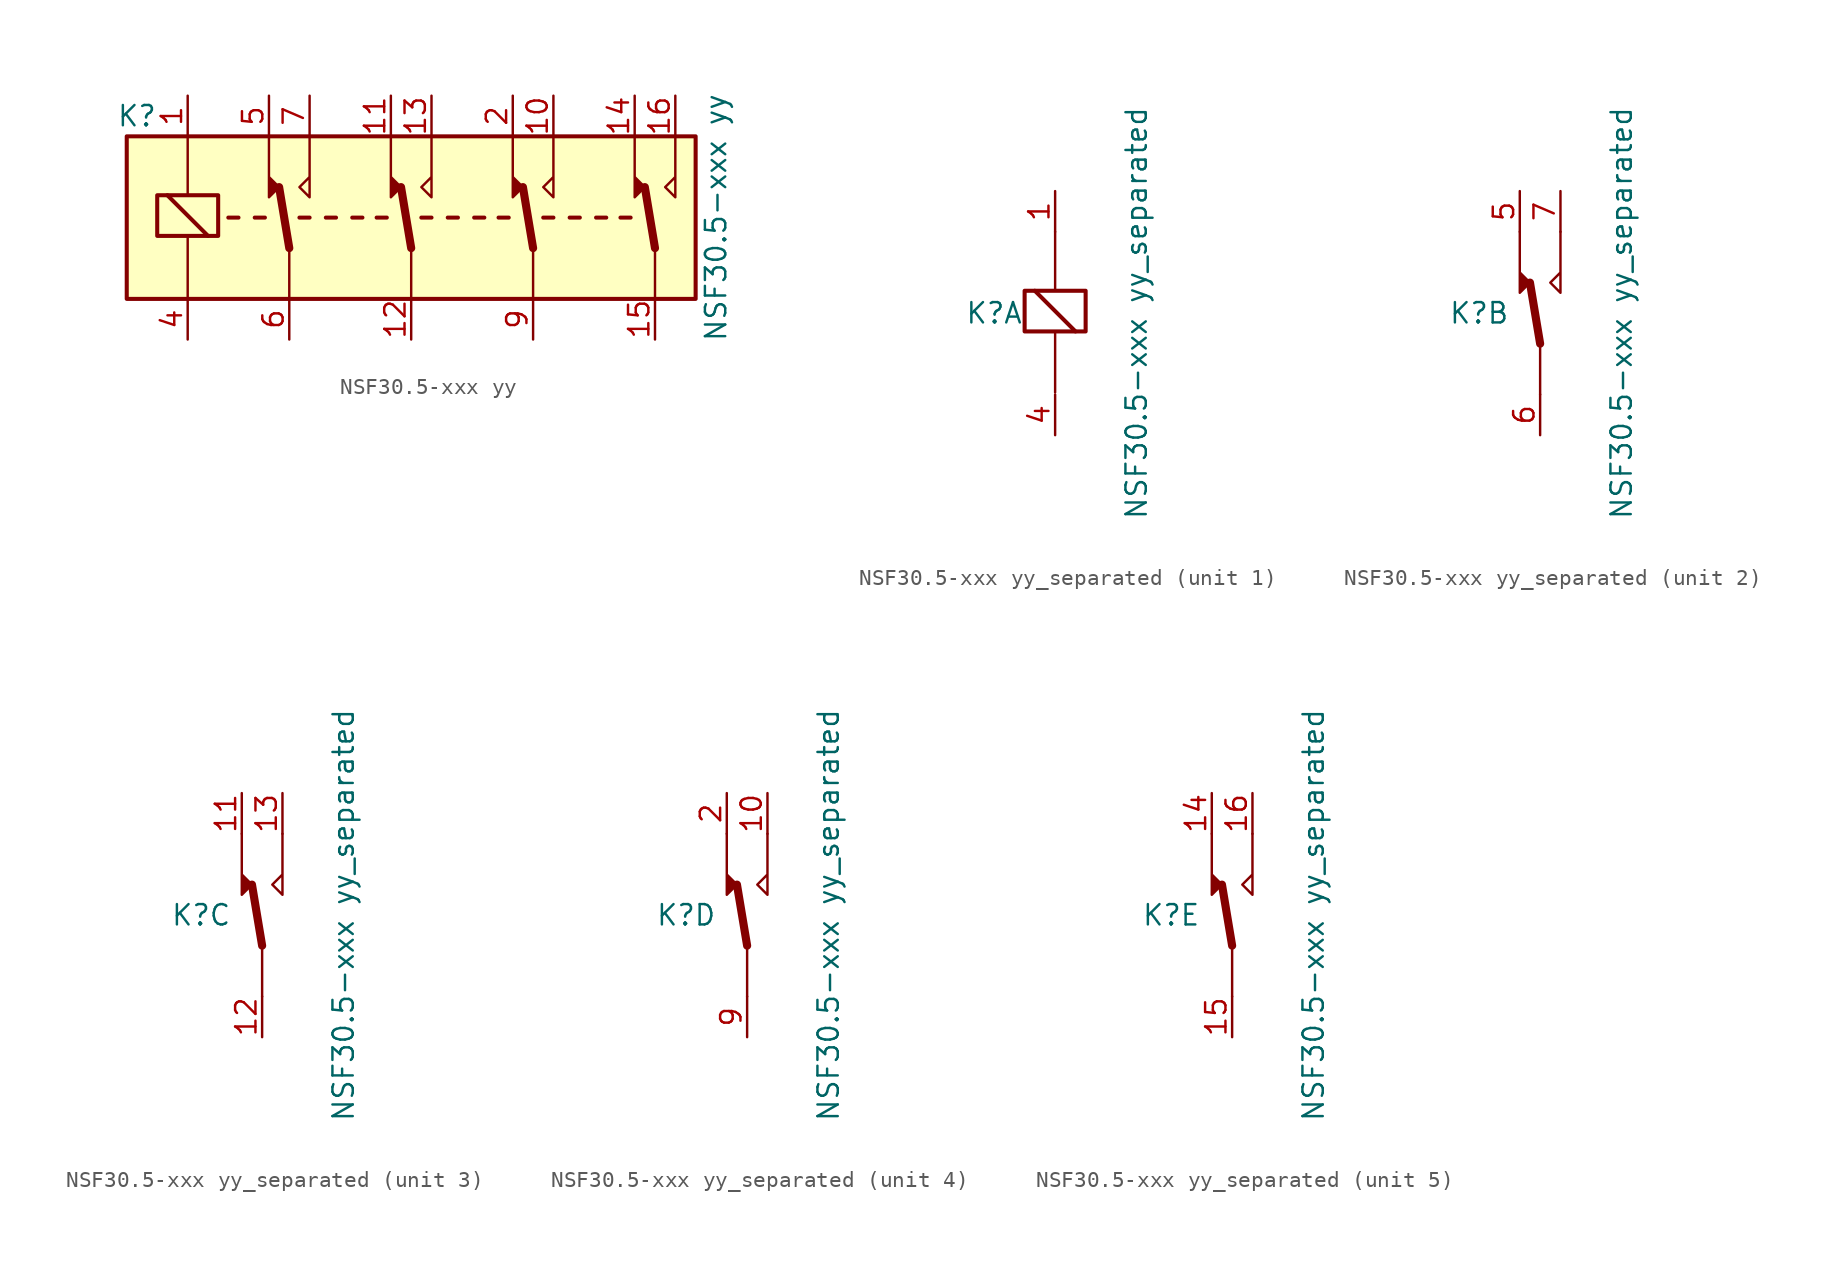
<source format=kicad_sym>
(kicad_symbol_lib
  (version 20211014)
  (generator kicad_symbol_editor)
  (symbol "NSF30.5-xxx yy"
    (property "Reference" "K"
      (at -17.145 6.35 0)
      (effects (font (size 1.27 1.27))))
    (property "Value" "NSF30.5-xxx yy"
      (at 19.05 0 90)
      (effects (font (size 1.27 1.27))))
    (symbol "NSF30.5-xxx yy_1_1"
      (rectangle (start -17.78 5.08) (end 17.78 -5.08) (stroke (width 0.254) (type default) (color 0 0 0 0)) (fill (type background)))
      (rectangle (start -15.875 -1.143) (end -12.065 1.397) (stroke (width 0.254) (type default) (color 0 0 0 0)) (fill (type none)))
      (polyline (pts (xy -13.97 -1.27) (xy -13.97 -4.953)) (stroke (width 0) (type default) (color 0 0 0 0)) (fill (type none)))
      (polyline (pts (xy -13.97 5.08) (xy -13.97 1.397)) (stroke (width 0) (type default) (color 0 0 0 0)) (fill (type none)))
      (polyline (pts (xy -12.7 -1.143) (xy -15.24 1.397)) (stroke (width 0.254) (type default) (color 0 0 0 0)) (fill (type none)))
      (polyline (pts (xy -10.795 0) (xy -11.43 0)) (stroke (width 0.254) (type default) (color 0 0 0 0)) (fill (type none)))
      (polyline (pts (xy -9.144 0) (xy -9.779 0)) (stroke (width 0.254) (type default) (color 0 0 0 0)) (fill (type none)))
      (polyline (pts (xy -7.62 -1.905) (xy -8.255 1.905)) (stroke (width 0.508) (type default) (color 0 0 0 0)) (fill (type none)))
      (polyline (pts (xy -7.62 -1.905) (xy -7.62 -5.08)) (stroke (width 0) (type default) (color 0 0 0 0)) (fill (type none)))
      (polyline (pts (xy -6.35 0) (xy -6.985 0)) (stroke (width 0.254) (type default) (color 0 0 0 0)) (fill (type none)))
      (polyline (pts (xy -4.699 0) (xy -5.334 0)) (stroke (width 0.254) (type default) (color 0 0 0 0)) (fill (type none)))
      (polyline (pts (xy -3.048 0) (xy -3.683 0)) (stroke (width 0.254) (type default) (color 0 0 0 0)) (fill (type none)))
      (polyline (pts (xy -1.524 0) (xy -2.159 0)) (stroke (width 0.254) (type default) (color 0 0 0 0)) (fill (type none)))
      (polyline (pts (xy 0 -1.905) (xy -0.635 1.905)) (stroke (width 0.508) (type default) (color 0 0 0 0)) (fill (type none)))
      (polyline (pts (xy 0 -1.905) (xy 0 -5.08)) (stroke (width 0) (type default) (color 0 0 0 0)) (fill (type none)))
      (polyline (pts (xy 1.27 0) (xy 0.635 0)) (stroke (width 0.254) (type default) (color 0 0 0 0)) (fill (type none)))
      (polyline (pts (xy 2.921 0) (xy 2.286 0)) (stroke (width 0.254) (type default) (color 0 0 0 0)) (fill (type none)))
      (polyline (pts (xy 4.572 0) (xy 3.937 0)) (stroke (width 0.254) (type default) (color 0 0 0 0)) (fill (type none)))
      (polyline (pts (xy 6.096 0) (xy 5.461 0)) (stroke (width 0.254) (type default) (color 0 0 0 0)) (fill (type none)))
      (polyline (pts (xy 7.62 -1.905) (xy 6.985 1.905)) (stroke (width 0.508) (type default) (color 0 0 0 0)) (fill (type none)))
      (polyline (pts (xy 7.62 -1.905) (xy 7.62 -5.08)) (stroke (width 0) (type default) (color 0 0 0 0)) (fill (type none)))
      (polyline (pts (xy 8.89 0) (xy 8.255 0)) (stroke (width 0.254) (type default) (color 0 0 0 0)) (fill (type none)))
      (polyline (pts (xy 10.541 0) (xy 9.906 0)) (stroke (width 0.254) (type default) (color 0 0 0 0)) (fill (type none)))
      (polyline (pts (xy 12.192 0) (xy 11.557 0)) (stroke (width 0.254) (type default) (color 0 0 0 0)) (fill (type none)))
      (polyline (pts (xy 13.716 0) (xy 13.081 0)) (stroke (width 0.254) (type default) (color 0 0 0 0)) (fill (type none)))
      (polyline (pts (xy 15.24 -1.905) (xy 14.605 1.905)) (stroke (width 0.508) (type default) (color 0 0 0 0)) (fill (type none)))
      (polyline (pts (xy 15.24 -1.905) (xy 15.24 -5.08)) (stroke (width 0) (type default) (color 0 0 0 0)) (fill (type none)))
      (polyline (pts (xy -8.89 5.08) (xy -8.89 1.27) (xy -8.255 1.905) (xy -8.89 2.54)) (stroke (width 0) (type default) (color 0 0 0 0)) (fill (type outline)))
      (polyline (pts (xy -6.35 5.08) (xy -6.35 1.27) (xy -6.985 1.905) (xy -6.35 2.54)) (stroke (width 0) (type default) (color 0 0 0 0)) (fill (type none)))
      (polyline (pts (xy -1.27 5.08) (xy -1.27 1.27) (xy -0.635 1.905) (xy -1.27 2.54)) (stroke (width 0) (type default) (color 0 0 0 0)) (fill (type outline)))
      (polyline (pts (xy 1.27 5.08) (xy 1.27 1.27) (xy 0.635 1.905) (xy 1.27 2.54)) (stroke (width 0) (type default) (color 0 0 0 0)) (fill (type none)))
      (polyline (pts (xy 6.35 5.08) (xy 6.35 1.27) (xy 6.985 1.905) (xy 6.35 2.54)) (stroke (width 0) (type default) (color 0 0 0 0)) (fill (type outline)))
      (polyline (pts (xy 8.89 5.08) (xy 8.89 1.27) (xy 8.255 1.905) (xy 8.89 2.54)) (stroke (width 0) (type default) (color 0 0 0 0)) (fill (type none)))
      (polyline (pts (xy 13.97 5.08) (xy 13.97 1.27) (xy 14.605 1.905) (xy 13.97 2.54)) (stroke (width 0) (type default) (color 0 0 0 0)) (fill (type outline)))
      (polyline (pts (xy 16.51 5.08) (xy 16.51 1.27) (xy 15.875 1.905) (xy 16.51 2.54)) (stroke (width 0) (type default) (color 0 0 0 0)) (fill (type none)))
      (pin passive line (at -13.97 7.62 270) (length 2.54) (name "~" (effects (font (size 1.27 1.27)))) (number "1" (effects (font (size 1.27 1.27)))))
      (pin passive line (at 8.89 7.62 270) (length 2.54) (name "~" (effects (font (size 1.27 1.27)))) (number "10" (effects (font (size 1.27 1.27)))))
      (pin passive line (at -1.27 7.62 270) (length 2.54) (name "~" (effects (font (size 1.27 1.27)))) (number "11" (effects (font (size 1.27 1.27)))))
      (pin passive line (at 0 -7.62 90) (length 2.54) (name "~" (effects (font (size 1.27 1.27)))) (number "12" (effects (font (size 1.27 1.27)))))
      (pin passive line (at 1.27 7.62 270) (length 2.54) (name "~" (effects (font (size 1.27 1.27)))) (number "13" (effects (font (size 1.27 1.27)))))
      (pin passive line (at 13.97 7.62 270) (length 2.54) (name "~" (effects (font (size 1.27 1.27)))) (number "14" (effects (font (size 1.27 1.27)))))
      (pin passive line (at 15.24 -7.62 90) (length 2.54) (name "~" (effects (font (size 1.27 1.27)))) (number "15" (effects (font (size 1.27 1.27)))))
      (pin passive line (at 16.51 7.62 270) (length 2.54) (name "~" (effects (font (size 1.27 1.27)))) (number "16" (effects (font (size 1.27 1.27)))))
      (pin passive line (at 6.35 7.62 270) (length 2.54) (name "~" (effects (font (size 1.27 1.27)))) (number "2" (effects (font (size 1.27 1.27)))))
      (pin passive line (at -13.97 -7.62 90) (length 2.54) (name "~" (effects (font (size 1.27 1.27)))) (number "4" (effects (font (size 1.27 1.27)))))
      (pin passive line (at -8.89 7.62 270) (length 2.54) (name "~" (effects (font (size 1.27 1.27)))) (number "5" (effects (font (size 1.27 1.27)))))
      (pin passive line (at -7.62 -7.62 90) (length 2.54) (name "~" (effects (font (size 1.27 1.27)))) (number "6" (effects (font (size 1.27 1.27)))))
      (pin passive line (at -6.35 7.62 270) (length 2.54) (name "~" (effects (font (size 1.27 1.27)))) (number "7" (effects (font (size 1.27 1.27)))))
      (pin passive line (at 7.62 -7.62 90) (length 2.54) (name "~" (effects (font (size 1.27 1.27)))) (number "9" (effects (font (size 1.27 1.27)))))))
  (symbol "NSF30.5-xxx yy_separated"
    (property "Reference" "K"
      (at -3.81 0 0)
      (effects (font (size 1.27 1.27))))
    (property "Value" "NSF30.5-xxx yy_separated"
      (at 5.08 0 90)
      (effects (font (size 1.27 1.27))))
    (property "ki_locked" ""
      (at 0 0 0)
      (effects (font (size 1.27 1.27))))
    (symbol "NSF30.5-xxx yy_separated_1_1"
      (rectangle (start -1.905 -1.143) (end 1.905 1.397) (stroke (width 0.254) (type default) (color 0 0 0 0)) (fill (type none)))
      (polyline (pts (xy 0 -1.27) (xy 0 -4.953)) (stroke (width 0) (type default) (color 0 0 0 0)) (fill (type none)))
      (polyline (pts (xy 0 5.08) (xy 0 1.397)) (stroke (width 0) (type default) (color 0 0 0 0)) (fill (type none)))
      (polyline (pts (xy 1.27 -1.143) (xy -1.27 1.397)) (stroke (width 0.254) (type default) (color 0 0 0 0)) (fill (type none)))
      (pin passive line (at 0 7.62 270) (length 2.54) (name "~" (effects (font (size 1.27 1.27)))) (number "1" (effects (font (size 1.27 1.27)))))
      (pin passive line (at 0 -7.62 90) (length 2.54) (name "~" (effects (font (size 1.27 1.27)))) (number "4" (effects (font (size 1.27 1.27))))))
    (symbol "NSF30.5-xxx yy_separated_2_1"
      (polyline (pts (xy 0 -1.905) (xy -0.635 1.905)) (stroke (width 0.508) (type default) (color 0 0 0 0)) (fill (type none)))
      (polyline (pts (xy 0 -1.905) (xy 0 -5.08)) (stroke (width 0) (type default) (color 0 0 0 0)) (fill (type none)))
      (polyline (pts (xy -1.27 5.08) (xy -1.27 1.27) (xy -0.635 1.905) (xy -1.27 2.54)) (stroke (width 0) (type default) (color 0 0 0 0)) (fill (type outline)))
      (polyline (pts (xy 1.27 5.08) (xy 1.27 1.27) (xy 0.635 1.905) (xy 1.27 2.54)) (stroke (width 0) (type default) (color 0 0 0 0)) (fill (type none)))
      (pin passive line (at -1.27 7.62 270) (length 2.54) (name "~" (effects (font (size 1.27 1.27)))) (number "5" (effects (font (size 1.27 1.27)))))
      (pin passive line (at 0 -7.62 90) (length 2.54) (name "~" (effects (font (size 1.27 1.27)))) (number "6" (effects (font (size 1.27 1.27)))))
      (pin passive line (at 1.27 7.62 270) (length 2.54) (name "~" (effects (font (size 1.27 1.27)))) (number "7" (effects (font (size 1.27 1.27))))))
    (symbol "NSF30.5-xxx yy_separated_3_1"
      (polyline (pts (xy 0 -1.905) (xy -0.635 1.905)) (stroke (width 0.508) (type default) (color 0 0 0 0)) (fill (type none)))
      (polyline (pts (xy 0 -1.905) (xy 0 -5.08)) (stroke (width 0) (type default) (color 0 0 0 0)) (fill (type none)))
      (polyline (pts (xy -1.27 5.08) (xy -1.27 1.27) (xy -0.635 1.905) (xy -1.27 2.54)) (stroke (width 0) (type default) (color 0 0 0 0)) (fill (type outline)))
      (polyline (pts (xy 1.27 5.08) (xy 1.27 1.27) (xy 0.635 1.905) (xy 1.27 2.54)) (stroke (width 0) (type default) (color 0 0 0 0)) (fill (type none)))
      (pin passive line (at -1.27 7.62 270) (length 2.54) (name "~" (effects (font (size 1.27 1.27)))) (number "11" (effects (font (size 1.27 1.27)))))
      (pin passive line (at 0 -7.62 90) (length 2.54) (name "~" (effects (font (size 1.27 1.27)))) (number "12" (effects (font (size 1.27 1.27)))))
      (pin passive line (at 1.27 7.62 270) (length 2.54) (name "~" (effects (font (size 1.27 1.27)))) (number "13" (effects (font (size 1.27 1.27))))))
    (symbol "NSF30.5-xxx yy_separated_4_1"
      (polyline (pts (xy 0 -1.905) (xy -0.635 1.905)) (stroke (width 0.508) (type default) (color 0 0 0 0)) (fill (type none)))
      (polyline (pts (xy 0 -1.905) (xy 0 -5.08)) (stroke (width 0) (type default) (color 0 0 0 0)) (fill (type none)))
      (polyline (pts (xy -1.27 5.08) (xy -1.27 1.27) (xy -0.635 1.905) (xy -1.27 2.54)) (stroke (width 0) (type default) (color 0 0 0 0)) (fill (type outline)))
      (polyline (pts (xy 1.27 5.08) (xy 1.27 1.27) (xy 0.635 1.905) (xy 1.27 2.54)) (stroke (width 0) (type default) (color 0 0 0 0)) (fill (type none)))
      (pin passive line (at 1.27 7.62 270) (length 2.54) (name "~" (effects (font (size 1.27 1.27)))) (number "10" (effects (font (size 1.27 1.27)))))
      (pin passive line (at -1.27 7.62 270) (length 2.54) (name "~" (effects (font (size 1.27 1.27)))) (number "2" (effects (font (size 1.27 1.27)))))
      (pin passive line (at 0 -7.62 90) (length 2.54) (name "~" (effects (font (size 1.27 1.27)))) (number "9" (effects (font (size 1.27 1.27))))))
    (symbol "NSF30.5-xxx yy_separated_5_1"
      (polyline (pts (xy 0 -1.905) (xy -0.635 1.905)) (stroke (width 0.508) (type default) (color 0 0 0 0)) (fill (type none)))
      (polyline (pts (xy 0 -1.905) (xy 0 -5.08)) (stroke (width 0) (type default) (color 0 0 0 0)) (fill (type none)))
      (polyline (pts (xy -1.27 5.08) (xy -1.27 1.27) (xy -0.635 1.905) (xy -1.27 2.54)) (stroke (width 0) (type default) (color 0 0 0 0)) (fill (type outline)))
      (polyline (pts (xy 1.27 5.08) (xy 1.27 1.27) (xy 0.635 1.905) (xy 1.27 2.54)) (stroke (width 0) (type default) (color 0 0 0 0)) (fill (type none)))
      (pin passive line (at -1.27 7.62 270) (length 2.54) (name "~" (effects (font (size 1.27 1.27)))) (number "14" (effects (font (size 1.27 1.27)))))
      (pin passive line (at 0 -7.62 90) (length 2.54) (name "~" (effects (font (size 1.27 1.27)))) (number "15" (effects (font (size 1.27 1.27)))))
      (pin passive line (at 1.27 7.62 270) (length 2.54) (name "~" (effects (font (size 1.27 1.27)))) (number "16" (effects (font (size 1.27 1.27))))))))
</source>
